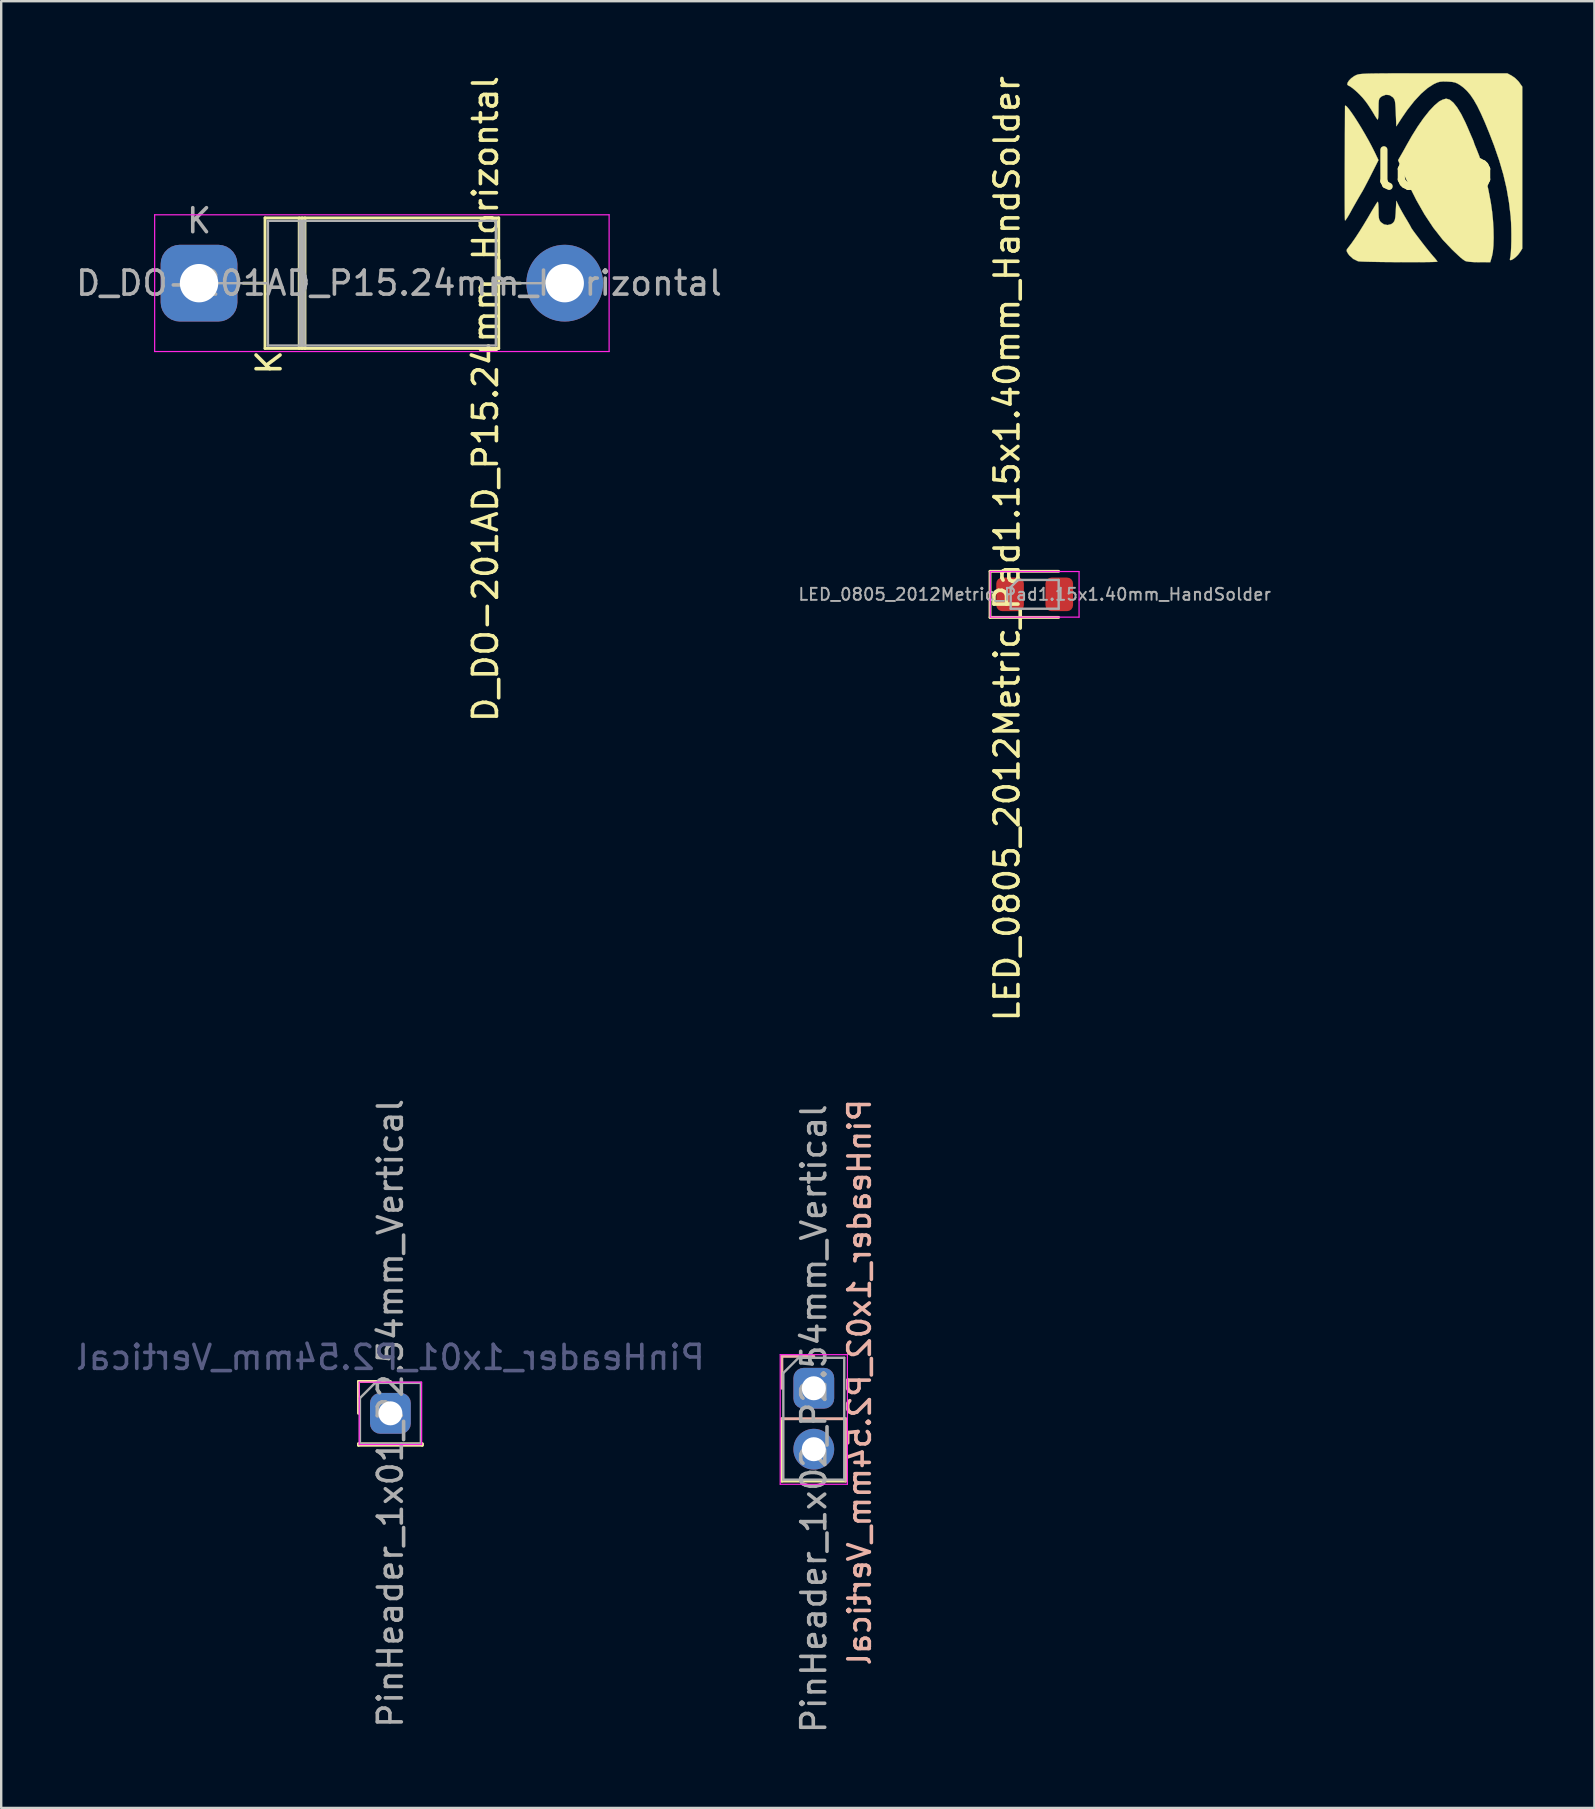
<source format=kicad_pcb>
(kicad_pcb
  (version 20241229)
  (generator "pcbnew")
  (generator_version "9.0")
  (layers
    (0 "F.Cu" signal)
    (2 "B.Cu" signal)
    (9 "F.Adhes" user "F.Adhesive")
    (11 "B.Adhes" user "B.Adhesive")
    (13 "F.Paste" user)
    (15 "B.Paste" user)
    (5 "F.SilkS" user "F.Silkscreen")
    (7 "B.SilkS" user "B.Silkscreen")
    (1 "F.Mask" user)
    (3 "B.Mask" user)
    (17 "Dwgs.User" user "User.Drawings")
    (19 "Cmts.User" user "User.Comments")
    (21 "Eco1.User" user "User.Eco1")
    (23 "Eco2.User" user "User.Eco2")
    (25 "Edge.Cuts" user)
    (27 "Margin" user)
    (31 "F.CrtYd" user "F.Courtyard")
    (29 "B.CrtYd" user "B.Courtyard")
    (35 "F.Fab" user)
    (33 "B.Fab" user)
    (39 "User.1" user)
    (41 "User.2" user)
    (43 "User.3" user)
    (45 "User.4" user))
  (footprint "LED_0805_2012Metric_Pad1.15x1.40mm_HandSolder"
    (layer "F.Cu")
    (at 40.07 21.72)
    (property "Reference" "LED_0805_2012Metric_Pad1.15x1.40mm_HandSolder" (at -1.152 -1.905 90) (layer "F.SilkS") (effects (font (size 1 1) (thickness 0.15))))
    (attr smd)
    (fp_line (start -1.86 -0.96) (end -1.86 0.96) (stroke (width 0.12) (type solid)) (layer "F.SilkS"))
    (fp_line (start -1.86 0.96) (end 1 0.96) (stroke (width 0.12) (type solid)) (layer "F.SilkS"))
    (fp_line (start 1 -0.96) (end -1.86 -0.96) (stroke (width 0.12) (type solid)) (layer "F.SilkS"))
    (fp_line (start -1.85 -0.95) (end 1.85 -0.95) (stroke (width 0.05) (type solid)) (layer "F.CrtYd"))
    (fp_line (start -1.85 0.95) (end -1.85 -0.95) (stroke (width 0.05) (type solid)) (layer "F.CrtYd"))
    (fp_line (start 1.85 -0.95) (end 1.85 0.95) (stroke (width 0.05) (type solid)) (layer "F.CrtYd"))
    (fp_line (start 1.85 0.95) (end -1.85 0.95) (stroke (width 0.05) (type solid)) (layer "F.CrtYd"))
    (fp_line (start -1 -0.3) (end -1 0.6) (stroke (width 0.1) (type solid)) (layer "F.Fab"))
    (fp_line (start -1 0.6) (end 1 0.6) (stroke (width 0.1) (type solid)) (layer "F.Fab"))
    (fp_line (start -0.7 -0.6) (end -1 -0.3) (stroke (width 0.1) (type solid)) (layer "F.Fab"))
    (fp_line (start 1 -0.6) (end -0.7 -0.6) (stroke (width 0.1) (type solid)) (layer "F.Fab"))
    (fp_line (start 1 0.6) (end 1 -0.6) (stroke (width 0.1) (type solid)) (layer "F.Fab"))
    (fp_text user "${REFERENCE}" (at 0 0 0) (layer "F.Fab") (effects (font (size 0.5 0.5) (thickness 0.08))))
    (pad "1" smd roundrect (at -1.025 0) (size 1.15 1.4) (layers "F.Cu" "F.Mask" "F.Paste") (roundrect_rratio 0.217))
    (pad "2" smd roundrect (at 1.025 0) (size 1.15 1.4) (layers "F.Cu" "F.Mask" "F.Paste") (roundrect_rratio 0.217)))
  (footprint "logo"
    (layer "F.Cu")
    (at 56.729 4.027)
    (property "Reference" "logo" (at 0 0 0) (layer "F.SilkS") (effects (font (size 1.524 1.524) (thickness 0.3))))
    (attr through_hole)
    (fp_poly (pts (xy -3.651 -2.636) (xy -3.566 -2.536) (xy -3.457 -2.388) (xy -3.33 -2.201) (xy -3.19 -1.983) (xy -3.043 -1.744) (xy -2.895 -1.492) (xy -2.75 -1.236) (xy -2.615 -0.985) (xy -2.495 -0.747) (xy -2.482 -0.721) (xy -2.331 -0.404) (xy -2.62 0.168) (xy -2.728 0.381) (xy -2.83 0.576) (xy -2.915 0.738) (xy -2.974 0.848) (xy -2.989 0.874) (xy -3.079 1.027) (xy -3.185 1.208) (xy -3.291 1.394) (xy -3.386 1.561) (xy -3.456 1.687) (xy -3.47 1.714) (xy -3.556 1.869) (xy -3.634 1.999) (xy -3.695 2.087) (xy -3.725 2.116) (xy -3.729 2.075) (xy -3.732 1.957) (xy -3.735 1.77) (xy -3.737 1.52) (xy -3.738 1.216) (xy -3.738 0.866) (xy -3.738 0.476) (xy -3.737 0.055) (xy -3.736 -0.243) (xy -3.734 -0.684) (xy -3.732 -1.099) (xy -3.731 -1.482) (xy -3.729 -1.824) (xy -3.728 -2.119) (xy -3.727 -2.357) (xy -3.726 -2.531) (xy -3.726 -2.633) (xy -3.726 -2.658) (xy -3.706 -2.68) (xy -3.651 -2.636)) (stroke (width 0.01) (type solid)) (fill yes) (layer "F.SilkS"))
    (fp_poly (pts (xy 0.639 -2.922) (xy 0.789 -2.8) (xy 0.949 -2.599) (xy 1.117 -2.323) (xy 1.291 -1.974) (xy 1.381 -1.771) (xy 1.456 -1.595) (xy 1.526 -1.433) (xy 1.579 -1.312) (xy 1.591 -1.285) (xy 1.631 -1.188) (xy 1.651 -1.129) (xy 1.651 -1.126) (xy 1.667 -1.075) (xy 1.707 -0.975) (xy 1.731 -0.92) (xy 1.872 -0.566) (xy 2.008 -0.14) (xy 2.138 0.341) (xy 2.256 0.864) (xy 2.354 1.387) (xy 2.405 1.744) (xy 2.442 2.116) (xy 2.463 2.487) (xy 2.469 2.839) (xy 2.46 3.156) (xy 2.435 3.423) (xy 2.397 3.609) (xy 2.326 3.852) (xy 1.851 3.851) (xy 1.631 3.846) (xy 1.452 3.833) (xy 1.33 3.814) (xy 1.292 3.801) (xy 1.23 3.763) (xy 1.17 3.721) (xy 1.099 3.663) (xy 1.004 3.577) (xy 0.871 3.452) (xy 0.735 3.323) (xy 0.343 2.908) (xy -0.041 2.418) (xy -0.409 1.863) (xy -0.756 1.254) (xy -0.929 0.91) (xy -1.041 0.678) (xy -1.126 0.5) (xy -1.193 0.354) (xy -1.253 0.22) (xy -1.315 0.075) (xy -1.389 -0.103) (xy -1.4 -0.127) (xy -1.514 -0.402) (xy -1.403 -0.593) (xy -1.311 -0.753) (xy -1.214 -0.926) (xy -1.186 -0.979) (xy -0.941 -1.411) (xy -0.694 -1.806) (xy -0.451 -2.154) (xy -0.218 -2.449) (xy -0.001 -2.681) (xy 0.193 -2.844) (xy 0.221 -2.863) (xy 0.349 -2.926) (xy 0.472 -2.961) (xy 0.501 -2.963) (xy 0.639 -2.922)) (stroke (width 0.01) (type solid)) (fill yes) (layer "F.SilkS"))
    (fp_poly (pts (xy -1.495 1.482) (xy -1.431 1.605) (xy -1.339 1.771) (xy -1.234 1.953) (xy -1.188 2.028) (xy -1.097 2.181) (xy -1.025 2.305) (xy -0.982 2.384) (xy -0.974 2.403) (xy -0.949 2.446) (xy -0.882 2.542) (xy -0.782 2.678) (xy -0.659 2.84) (xy -0.525 3.016) (xy -0.389 3.191) (xy -0.26 3.353) (xy -0.15 3.488) (xy -0.069 3.583) (xy 0.029 3.695) (xy 0.099 3.783) (xy 0.127 3.826) (xy 0.127 3.827) (xy 0.087 3.834) (xy -0.028 3.84) (xy -0.204 3.844) (xy -0.432 3.847) (xy -0.701 3.849) (xy -0.999 3.849) (xy -1.316 3.849) (xy -1.639 3.847) (xy -1.959 3.845) (xy -2.265 3.841) (xy -2.544 3.836) (xy -2.787 3.831) (xy -2.982 3.825) (xy -3.118 3.818) (xy -3.184 3.811) (xy -3.184 3.81) (xy -3.38 3.715) (xy -3.547 3.566) (xy -3.609 3.479) (xy -3.655 3.391) (xy -3.654 3.33) (xy -3.604 3.256) (xy -3.583 3.231) (xy -3.459 3.07) (xy -3.305 2.85) (xy -3.131 2.585) (xy -2.948 2.291) (xy -2.763 1.983) (xy -2.711 1.893) (xy -2.599 1.7) (xy -2.499 1.535) (xy -2.422 1.41) (xy -2.373 1.34) (xy -2.364 1.329) (xy -2.348 1.358) (xy -2.336 1.455) (xy -2.329 1.601) (xy -2.328 1.688) (xy -2.326 1.877) (xy -2.316 2.003) (xy -2.293 2.088) (xy -2.255 2.154) (xy -2.232 2.182) (xy -2.103 2.274) (xy -1.95 2.302) (xy -1.801 2.265) (xy -1.724 2.209) (xy -1.679 2.153) (xy -1.648 2.079) (xy -1.628 1.969) (xy -1.614 1.804) (xy -1.609 1.703) (xy -1.587 1.291) (xy -1.495 1.482)) (stroke (width 0.01) (type solid)) (fill yes) (layer "F.SilkS"))
    (fp_poly (pts (xy 3.221 -3.923) (xy 3.362 -3.825) (xy 3.495 -3.695) (xy 3.535 -3.644) (xy 3.662 -3.464) (xy 3.662 3.281) (xy 3.569 3.43) (xy 3.489 3.537) (xy 3.394 3.633) (xy 3.298 3.709) (xy 3.215 3.756) (xy 3.159 3.765) (xy 3.143 3.728) (xy 3.153 3.694) (xy 3.172 3.6) (xy 3.188 3.438) (xy 3.199 3.225) (xy 3.206 2.977) (xy 3.207 2.712) (xy 3.204 2.445) (xy 3.195 2.194) (xy 3.181 1.975) (xy 3.179 1.947) (xy 3.108 1.351) (xy 3.009 0.775) (xy 2.875 0.203) (xy 2.703 -0.386) (xy 2.488 -1.01) (xy 2.298 -1.503) (xy 2.113 -1.956) (xy 1.945 -2.336) (xy 1.791 -2.651) (xy 1.644 -2.91) (xy 1.501 -3.121) (xy 1.356 -3.292) (xy 1.203 -3.433) (xy 1.092 -3.516) (xy 0.971 -3.592) (xy 0.865 -3.638) (xy 0.742 -3.663) (xy 0.57 -3.676) (xy 0.544 -3.677) (xy 0.363 -3.681) (xy 0.233 -3.671) (xy 0.121 -3.64) (xy -0.007 -3.582) (xy -0.027 -3.573) (xy -0.283 -3.409) (xy -0.557 -3.17) (xy -0.841 -2.864) (xy -1.129 -2.498) (xy -1.357 -2.166) (xy -1.587 -1.813) (xy -1.609 -2.364) (xy -1.619 -2.592) (xy -1.63 -2.752) (xy -1.645 -2.86) (xy -1.668 -2.933) (xy -1.701 -2.987) (xy -1.732 -3.024) (xy -1.869 -3.113) (xy -2.026 -3.128) (xy -2.184 -3.068) (xy -2.217 -3.045) (xy -2.267 -3.002) (xy -2.299 -2.954) (xy -2.317 -2.884) (xy -2.326 -2.772) (xy -2.328 -2.602) (xy -2.328 -2.513) (xy -2.332 -2.326) (xy -2.341 -2.185) (xy -2.355 -2.105) (xy -2.367 -2.093) (xy -2.406 -2.14) (xy -2.471 -2.239) (xy -2.542 -2.36) (xy -2.643 -2.526) (xy -2.767 -2.714) (xy -2.87 -2.857) (xy -2.989 -3.002) (xy -3.131 -3.152) (xy -3.28 -3.293) (xy -3.419 -3.409) (xy -3.53 -3.486) (xy -3.579 -3.506) (xy -3.63 -3.547) (xy -3.622 -3.621) (xy -3.564 -3.716) (xy -3.468 -3.815) (xy -3.342 -3.905) (xy -3.288 -3.933) (xy -3.252 -3.95) (xy -3.214 -3.965) (xy -3.167 -3.977) (xy -3.105 -3.988) (xy -3.023 -3.996) (xy -2.914 -4.003) (xy -2.773 -4.009) (xy -2.593 -4.013) (xy -2.367 -4.016) (xy -2.091 -4.019) (xy -1.758 -4.02) (xy -1.361 -4.021) (xy -0.896 -4.022) (xy -0.355 -4.022) (xy -0.036 -4.022) (xy 3.035 -4.022) (xy 3.221 -3.923)) (stroke (width 0.01) (type solid)) (fill yes) (layer "F.SilkS")))
  (footprint "PinHeader_1x02_P2.54mm_Vertical"
    (layer "F.Cu")
    (at 30.865 54.806)
    (property "Reference" "PinHeader_1x02_P2.54mm_Vertical" (at 1.905 -0.254 90) (layer "B.SilkS") (effects (font (size 0.9 0.9) (thickness 0.15)) (justify mirror)))
    (attr through_hole)
    (fp_line (start -1.33 1.27) (end -1.33 3.87) (stroke (width 0.12) (type solid)) (layer "F.SilkS"))
    (fp_line (start -1.33 3.87) (end 1.33 3.87) (stroke (width 0.12) (type solid)) (layer "F.SilkS"))
    (fp_line (start -1.33 -1.33) (end 0 -1.33) (stroke (width 0.12) (type solid)) (layer "B.SilkS"))
    (fp_line (start -1.33 0) (end -1.33 -1.33) (stroke (width 0.12) (type solid)) (layer "B.SilkS"))
    (fp_line (start -1.33 1.27) (end 1.33 1.27) (stroke (width 0.12) (type solid)) (layer "B.SilkS"))
    (fp_line (start 1.33 1.27) (end 1.33 3.87) (stroke (width 0.12) (type solid)) (layer "B.SilkS"))
    (fp_line (start -1.4 -1.4) (end -1.4 4) (stroke (width 0.05) (type solid)) (layer "F.CrtYd"))
    (fp_line (start -1.4 4) (end 1.4 4) (stroke (width 0.05) (type solid)) (layer "F.CrtYd"))
    (fp_line (start 1.4 -1.4) (end -1.4 -1.4) (stroke (width 0.05) (type solid)) (layer "F.CrtYd"))
    (fp_line (start 1.4 4) (end 1.4 -1.4) (stroke (width 0.05) (type solid)) (layer "F.CrtYd"))
    (fp_line (start -1.27 -0.635) (end -0.635 -1.27) (stroke (width 0.1) (type solid)) (layer "F.Fab"))
    (fp_line (start -1.27 3.81) (end -1.27 -0.635) (stroke (width 0.1) (type solid)) (layer "F.Fab"))
    (fp_line (start -0.635 -1.27) (end 1.27 -1.27) (stroke (width 0.1) (type solid)) (layer "F.Fab"))
    (fp_line (start 1.27 -1.27) (end 1.27 3.81) (stroke (width 0.1) (type solid)) (layer "F.Fab"))
    (fp_line (start 1.27 3.81) (end -1.27 3.81) (stroke (width 0.1) (type solid)) (layer "F.Fab"))
    (fp_text user "${REFERENCE}" (at 0 1.27 90) (layer "F.Fab") (effects (font (size 1 1) (thickness 0.15))))
    (pad "1" thru_hole roundrect (at 0 0) (size 1.7 1.7) (drill 1) (layers "*.Cu" "*.Mask") (roundrect_rratio 0.25))
    (pad "2" thru_hole oval (at 0 2.54) (size 1.7 1.7) (drill 1) (layers "*.Cu" "*.Mask")))
  (footprint "D_DO-201AD_P15.24mm_Horizontal"
    (layer "F.Cu")
    (at 5.245 8.751)
    (property "Reference" "D_DO-201AD_P15.24mm_Horizontal" (at 11.938 4.826 270) (layer "F.SilkS") (effects (font (size 1 1) (thickness 0.15))))
    (attr through_hole)
    (fp_line (start 1.84 0) (end 2.75 0) (stroke (width 0.12) (type solid)) (layer "F.SilkS"))
    (fp_line (start 2.75 -2.72) (end 2.75 2.72) (stroke (width 0.12) (type solid)) (layer "F.SilkS"))
    (fp_line (start 2.75 2.72) (end 12.49 2.72) (stroke (width 0.12) (type solid)) (layer "F.SilkS"))
    (fp_line (start 4.175 -2.72) (end 4.175 2.72) (stroke (width 0.12) (type solid)) (layer "F.SilkS"))
    (fp_line (start 4.295 -2.72) (end 4.295 2.72) (stroke (width 0.12) (type solid)) (layer "F.SilkS"))
    (fp_line (start 4.415 -2.72) (end 4.415 2.72) (stroke (width 0.12) (type solid)) (layer "F.SilkS"))
    (fp_line (start 12.49 -2.72) (end 2.75 -2.72) (stroke (width 0.12) (type solid)) (layer "F.SilkS"))
    (fp_line (start 12.49 2.72) (end 12.49 -2.72) (stroke (width 0.12) (type solid)) (layer "F.SilkS"))
    (fp_line (start 13.4 0) (end 12.49 0) (stroke (width 0.12) (type solid)) (layer "F.SilkS"))
    (fp_line (start -1.85 -2.85) (end -1.85 2.85) (stroke (width 0.05) (type solid)) (layer "F.CrtYd"))
    (fp_line (start -1.85 2.85) (end 17.09 2.85) (stroke (width 0.05) (type solid)) (layer "F.CrtYd"))
    (fp_line (start 17.09 -2.85) (end -1.85 -2.85) (stroke (width 0.05) (type solid)) (layer "F.CrtYd"))
    (fp_line (start 17.09 2.85) (end 17.09 -2.85) (stroke (width 0.05) (type solid)) (layer "F.CrtYd"))
    (fp_line (start 0 0) (end 2.87 0) (stroke (width 0.1) (type solid)) (layer "F.Fab"))
    (fp_line (start 2.87 -2.6) (end 2.87 2.6) (stroke (width 0.1) (type solid)) (layer "F.Fab"))
    (fp_line (start 2.87 2.6) (end 12.37 2.6) (stroke (width 0.1) (type solid)) (layer "F.Fab"))
    (fp_line (start 4.195 -2.6) (end 4.195 2.6) (stroke (width 0.1) (type solid)) (layer "F.Fab"))
    (fp_line (start 4.295 -2.6) (end 4.295 2.6) (stroke (width 0.1) (type solid)) (layer "F.Fab"))
    (fp_line (start 4.395 -2.6) (end 4.395 2.6) (stroke (width 0.1) (type solid)) (layer "F.Fab"))
    (fp_line (start 12.37 -2.6) (end 2.87 -2.6) (stroke (width 0.1) (type solid)) (layer "F.Fab"))
    (fp_line (start 12.37 2.6) (end 12.37 -2.6) (stroke (width 0.1) (type solid)) (layer "F.Fab"))
    (fp_line (start 15.24 0) (end 12.37 0) (stroke (width 0.1) (type solid)) (layer "F.Fab"))
    (fp_text user "K" (at 2.921 3.302 270) (layer "F.SilkS") (effects (font (size 1 1) (thickness 0.15))))
    (fp_text user "K" (at 0 -2.6 180) (layer "F.Fab") (effects (font (size 1 1) (thickness 0.15))))
    (fp_text user "${REFERENCE}" (at 8.332 0 180) (layer "F.Fab") (effects (font (size 1 1) (thickness 0.15))))
    (pad "1" thru_hole roundrect (at 0 0) (size 3.2 3.2) (drill 1.6) (layers "*.Cu" "*.Mask") (roundrect_rratio 0.25))
    (pad "2" thru_hole oval (at 15.24 0) (size 3.2 3.2) (drill 1.6) (layers "*.Cu" "*.Mask")))
  (footprint "PinHeader_1x01_P2.54mm_Vertical"
    (layer "F.Cu")
    (at 13.22 55.851)
    (property "Reference" "PinHeader_1x01_P2.54mm_Vertical" (at 0 -2.33 0) (layer "B.Fab") (effects (font (size 1 1) (thickness 0.15)) (justify mirror)))
    (attr through_hole)
    (fp_line (start -1.33 -1.33) (end 0 -1.33) (stroke (width 0.12) (type solid)) (layer "F.SilkS"))
    (fp_line (start -1.33 0) (end -1.33 -1.33) (stroke (width 0.12) (type solid)) (layer "F.SilkS"))
    (fp_line (start -1.33 1.27) (end -1.33 1.33) (stroke (width 0.12) (type solid)) (layer "F.SilkS"))
    (fp_line (start -1.33 1.27) (end 1.33 1.27) (stroke (width 0.12) (type solid)) (layer "F.SilkS"))
    (fp_line (start -1.33 1.33) (end 1.33 1.33) (stroke (width 0.12) (type solid)) (layer "F.SilkS"))
    (fp_line (start 1.33 1.27) (end 1.33 1.33) (stroke (width 0.12) (type solid)) (layer "F.SilkS"))
    (fp_line (start -1.3 -1.3) (end -1.3 1.3) (stroke (width 0.05) (type solid)) (layer "F.CrtYd"))
    (fp_line (start -1.3 1.3) (end 1.3 1.3) (stroke (width 0.05) (type solid)) (layer "F.CrtYd"))
    (fp_line (start 1.3 -1.3) (end -1.3 -1.3) (stroke (width 0.05) (type solid)) (layer "F.CrtYd"))
    (fp_line (start 1.3 1.3) (end 1.3 -1.3) (stroke (width 0.05) (type solid)) (layer "F.CrtYd"))
    (fp_line (start -1.27 -0.635) (end -0.635 -1.27) (stroke (width 0.1) (type solid)) (layer "F.Fab"))
    (fp_line (start -1.27 1.27) (end -1.27 -0.635) (stroke (width 0.1) (type solid)) (layer "F.Fab"))
    (fp_line (start -0.635 -1.27) (end 1.27 -1.27) (stroke (width 0.1) (type solid)) (layer "F.Fab"))
    (fp_line (start 1.27 -1.27) (end 1.27 1.27) (stroke (width 0.1) (type solid)) (layer "F.Fab"))
    (fp_line (start 1.27 1.27) (end -1.27 1.27) (stroke (width 0.1) (type solid)) (layer "F.Fab"))
    (fp_text user "${REFERENCE}" (at 0 0 90) (layer "F.Fab") (effects (font (size 1 1) (thickness 0.15))))
    (pad "1" thru_hole roundrect (at 0 0) (size 1.7 1.7) (drill 1) (layers "*.Cu" "*.Mask") (roundrect_rratio 0.25)))
  (gr_rect
    (start -3 -3)
    (end 63.396 72.296)
    (stroke (width 0.1) (type default))
    (fill no)
    (layer "Edge.Cuts")))
</source>
